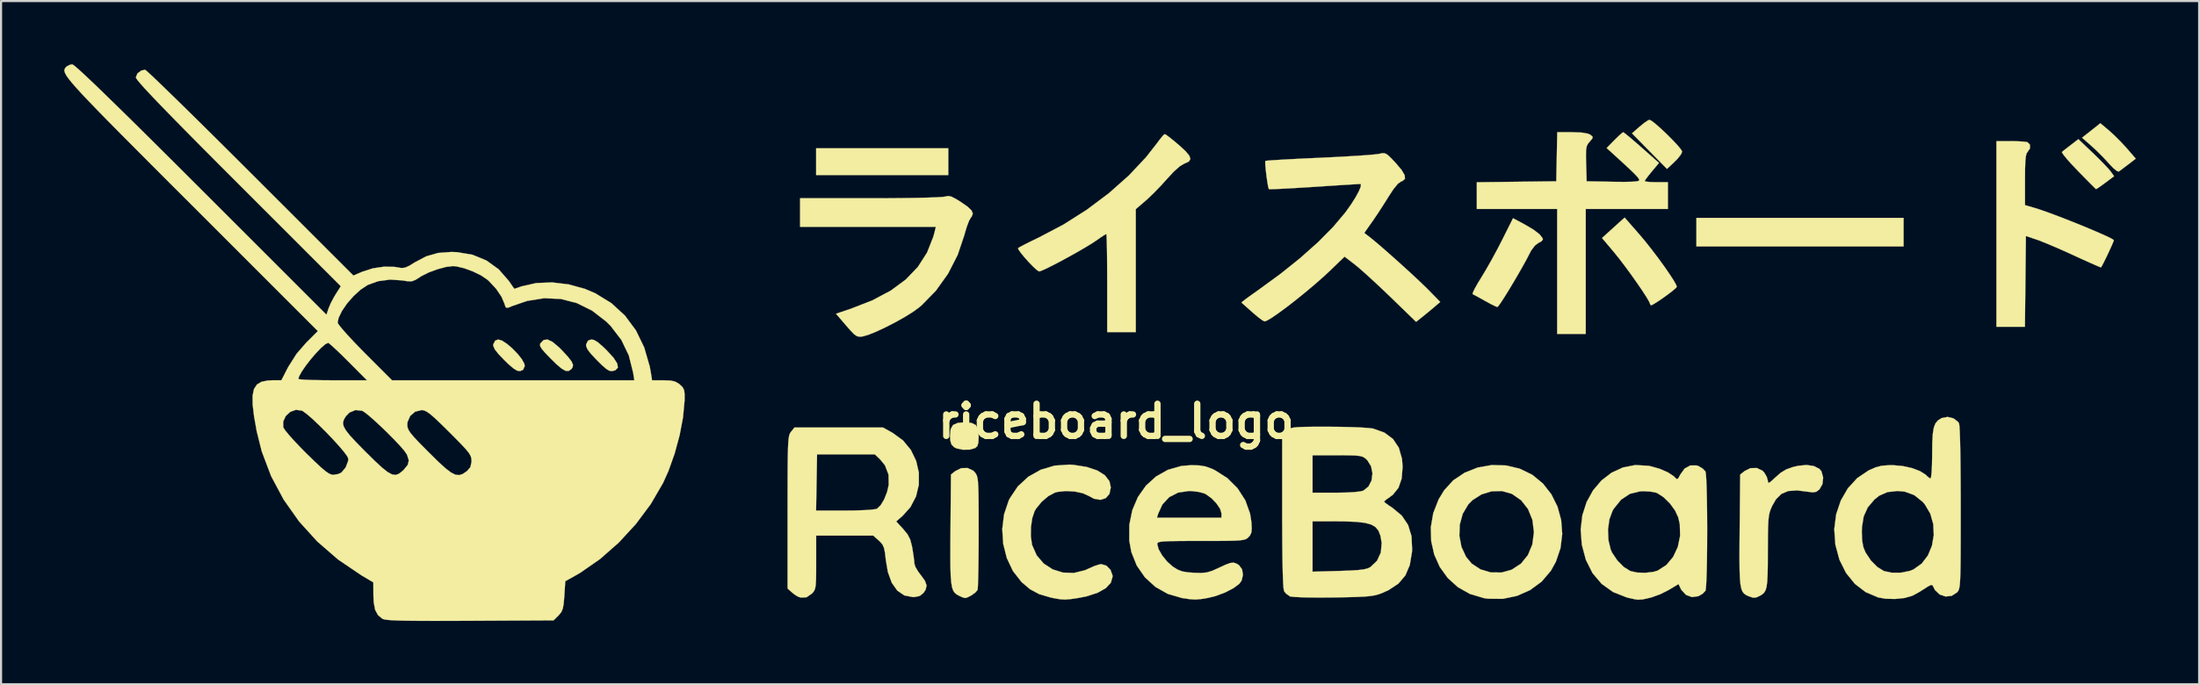
<source format=kicad_pcb>
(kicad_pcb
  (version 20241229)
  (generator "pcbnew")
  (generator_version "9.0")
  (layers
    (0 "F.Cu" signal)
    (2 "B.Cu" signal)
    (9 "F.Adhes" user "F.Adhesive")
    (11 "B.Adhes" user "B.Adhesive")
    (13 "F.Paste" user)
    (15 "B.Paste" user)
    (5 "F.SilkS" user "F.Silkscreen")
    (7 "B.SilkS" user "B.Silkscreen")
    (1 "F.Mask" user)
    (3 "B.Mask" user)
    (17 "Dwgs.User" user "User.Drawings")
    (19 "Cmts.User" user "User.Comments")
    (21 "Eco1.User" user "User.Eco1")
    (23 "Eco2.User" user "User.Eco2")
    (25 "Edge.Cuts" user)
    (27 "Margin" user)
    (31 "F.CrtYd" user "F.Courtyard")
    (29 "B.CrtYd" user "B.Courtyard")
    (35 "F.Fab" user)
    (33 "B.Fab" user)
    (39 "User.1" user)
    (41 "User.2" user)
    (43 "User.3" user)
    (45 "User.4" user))
  (footprint "riceboard_logo"
    (layer "F.Cu")
    (at 49.874 16.938)
    (property "Reference" "riceboard_logo" (at 0 0 0) (layer "F.SilkS") (effects (font (size 1.524 1.524) (thickness 0.3))))
    (attr through_hole)
    (fp_poly (pts (xy -7.959 -11.684) (xy -14.224 -11.684) (xy -14.224 -12.954) (xy -7.959 -12.954) (xy -7.959 -11.684)) (stroke (width 0.01) (type solid)) (fill yes) (layer "F.SilkS"))
    (fp_poly (pts (xy 37.338 -8.297) (xy 27.517 -8.297) (xy 27.517 -9.652) (xy 37.338 -9.652) (xy 37.338 -8.297)) (stroke (width 0.01) (type solid)) (fill yes) (layer "F.SilkS"))
    (fp_poly (pts (xy -6.862 0.073) (xy -6.653 0.176) (xy -6.548 0.386) (xy -6.519 0.727) (xy -6.533 1.012) (xy -6.583 1.176) (xy -6.683 1.267) (xy -6.947 1.341) (xy -7.27 1.345) (xy -7.567 1.283) (xy -7.686 1.223) (xy -7.807 1.099) (xy -7.863 0.913) (xy -7.874 0.683) (xy -7.844 0.365) (xy -7.733 0.172) (xy -7.514 0.075) (xy -7.204 0.048) (xy -6.862 0.073)) (stroke (width 0.01) (type solid)) (fill yes) (layer "F.SilkS"))
    (fp_poly (pts (xy -29.13 -3.835) (xy -28.896 -3.685) (xy -28.637 -3.465) (xy -28.388 -3.21) (xy -28.185 -2.955) (xy -28.062 -2.735) (xy -28.043 -2.625) (xy -28.121 -2.444) (xy -28.265 -2.385) (xy -28.4 -2.404) (xy -28.576 -2.509) (xy -28.817 -2.716) (xy -29.012 -2.907) (xy -29.294 -3.202) (xy -29.461 -3.415) (xy -29.531 -3.573) (xy -29.534 -3.655) (xy -29.442 -3.829) (xy -29.304 -3.881) (xy -29.13 -3.835)) (stroke (width 0.01) (type solid)) (fill yes) (layer "F.SilkS"))
    (fp_poly (pts (xy 25.399 -14.249) (xy 25.593 -14.097) (xy 25.841 -13.878) (xy 26.112 -13.621) (xy 26.378 -13.355) (xy 26.608 -13.11) (xy 26.771 -12.915) (xy 26.839 -12.798) (xy 26.839 -12.793) (xy 26.781 -12.661) (xy 26.63 -12.467) (xy 26.48 -12.313) (xy 26.12 -11.976) (xy 25.29 -12.819) (xy 24.461 -13.662) (xy 24.825 -13.982) (xy 25.04 -14.157) (xy 25.215 -14.275) (xy 25.289 -14.305) (xy 25.399 -14.249)) (stroke (width 0.01) (type solid)) (fill yes) (layer "F.SilkS"))
    (fp_poly (pts (xy 47.078 -13.798) (xy 47.349 -13.551) (xy 47.657 -13.242) (xy 47.917 -12.959) (xy 48.347 -12.462) (xy 47.986 -12.184) (xy 47.767 -12.018) (xy 47.598 -11.891) (xy 47.54 -11.85) (xy 47.447 -11.881) (xy 47.283 -12.015) (xy 47.084 -12.223) (xy 47.082 -12.226) (xy 46.807 -12.524) (xy 46.483 -12.846) (xy 46.255 -13.057) (xy 45.802 -13.456) (xy 46.235 -13.798) (xy 46.668 -14.141) (xy 47.078 -13.798)) (stroke (width 0.01) (type solid)) (fill yes) (layer "F.SilkS"))
    (fp_poly (pts (xy -26.72 -3.765) (xy -26.418 -3.511) (xy -26.264 -3.356) (xy -25.983 -3.051) (xy -25.817 -2.833) (xy -25.752 -2.675) (xy -25.778 -2.551) (xy -25.84 -2.472) (xy -25.962 -2.391) (xy -26.104 -2.396) (xy -26.288 -2.499) (xy -26.539 -2.711) (xy -26.798 -2.964) (xy -27.071 -3.247) (xy -27.236 -3.441) (xy -27.312 -3.572) (xy -27.314 -3.667) (xy -27.295 -3.705) (xy -27.145 -3.858) (xy -26.958 -3.88) (xy -26.72 -3.765)) (stroke (width 0.01) (type solid)) (fill yes) (layer "F.SilkS"))
    (fp_poly (pts (xy -24.765 -3.863) (xy -24.591 -3.763) (xy -24.354 -3.561) (xy -24.161 -3.375) (xy -23.835 -3.02) (xy -23.657 -2.745) (xy -23.626 -2.548) (xy -23.741 -2.428) (xy -23.756 -2.422) (xy -23.897 -2.383) (xy -24.027 -2.4) (xy -24.179 -2.489) (xy -24.385 -2.67) (xy -24.627 -2.91) (xy -24.901 -3.2) (xy -25.063 -3.411) (xy -25.13 -3.568) (xy -25.132 -3.65) (xy -25.042 -3.827) (xy -24.902 -3.881) (xy -24.765 -3.863)) (stroke (width 0.01) (type solid)) (fill yes) (layer "F.SilkS"))
    (fp_poly (pts (xy 46.316 -12.729) (xy 46.612 -12.44) (xy 46.876 -12.171) (xy 47.074 -11.957) (xy 47.162 -11.85) (xy 47.319 -11.629) (xy 46.903 -11.318) (xy 46.681 -11.156) (xy 46.522 -11.048) (xy 46.463 -11.017) (xy 46.399 -11.078) (xy 46.238 -11.238) (xy 46.003 -11.475) (xy 45.716 -11.767) (xy 45.61 -11.876) (xy 45.316 -12.184) (xy 45.078 -12.451) (xy 44.915 -12.653) (xy 44.846 -12.767) (xy 44.848 -12.782) (xy 44.95 -12.863) (xy 45.136 -13.008) (xy 45.272 -13.113) (xy 45.628 -13.386) (xy 46.316 -12.729)) (stroke (width 0.01) (type solid)) (fill yes) (layer "F.SilkS"))
    (fp_poly (pts (xy 24.804 -8.876) (xy 25.085 -8.542) (xy 25.386 -8.162) (xy 25.69 -7.762) (xy 25.976 -7.369) (xy 26.227 -7.007) (xy 26.425 -6.704) (xy 26.55 -6.484) (xy 26.586 -6.384) (xy 26.521 -6.307) (xy 26.353 -6.166) (xy 26.122 -5.991) (xy 25.867 -5.809) (xy 25.628 -5.648) (xy 25.443 -5.537) (xy 25.359 -5.503) (xy 25.316 -5.567) (xy 25.315 -5.577) (xy 25.267 -5.692) (xy 25.135 -5.915) (xy 24.938 -6.218) (xy 24.694 -6.574) (xy 24.424 -6.956) (xy 24.145 -7.337) (xy 23.877 -7.689) (xy 23.639 -7.986) (xy 23.619 -8.011) (xy 23.04 -8.698) (xy 23.31 -8.943) (xy 23.561 -9.17) (xy 23.818 -9.402) (xy 23.846 -9.428) (xy 24.112 -9.667) (xy 24.804 -8.876)) (stroke (width 0.01) (type solid)) (fill yes) (layer "F.SilkS"))
    (fp_poly (pts (xy 19.38 -9.336) (xy 19.794 -9.091) (xy 20.079 -8.872) (xy 20.221 -8.688) (xy 20.235 -8.625) (xy 20.165 -8.54) (xy 20.027 -8.468) (xy 19.857 -8.34) (xy 19.686 -8.113) (xy 19.638 -8.026) (xy 19.475 -7.711) (xy 19.271 -7.34) (xy 19.042 -6.94) (xy 18.806 -6.538) (xy 18.578 -6.161) (xy 18.375 -5.836) (xy 18.212 -5.589) (xy 18.106 -5.448) (xy 18.076 -5.425) (xy 17.965 -5.467) (xy 17.753 -5.572) (xy 17.486 -5.718) (xy 17.484 -5.719) (xy 17.219 -5.868) (xy 17.011 -5.981) (xy 16.904 -6.034) (xy 16.904 -6.034) (xy 16.917 -6.111) (xy 17.007 -6.299) (xy 17.158 -6.568) (xy 17.312 -6.818) (xy 17.545 -7.206) (xy 17.816 -7.683) (xy 18.088 -8.186) (xy 18.305 -8.607) (xy 18.82 -9.636) (xy 19.38 -9.336)) (stroke (width 0.01) (type solid)) (fill yes) (layer "F.SilkS"))
    (fp_poly (pts (xy -6.776 2.34) (xy -6.695 2.424) (xy -6.645 2.494) (xy -6.606 2.574) (xy -6.576 2.686) (xy -6.554 2.847) (xy -6.538 3.077) (xy -6.528 3.396) (xy -6.523 3.822) (xy -6.52 4.375) (xy -6.519 5.074) (xy -6.519 5.254) (xy -6.521 5.907) (xy -6.526 6.509) (xy -6.533 7.038) (xy -6.543 7.472) (xy -6.554 7.79) (xy -6.566 7.969) (xy -6.572 7.997) (xy -6.68 8.124) (xy -6.872 8.261) (xy -7.072 8.36) (xy -7.171 8.381) (xy -7.29 8.345) (xy -7.449 8.273) (xy -7.564 8.209) (xy -7.656 8.131) (xy -7.727 8.024) (xy -7.781 7.867) (xy -7.818 7.644) (xy -7.843 7.337) (xy -7.856 6.927) (xy -7.86 6.398) (xy -7.858 5.73) (xy -7.853 5.136) (xy -7.832 2.525) (xy -7.632 2.363) (xy -7.344 2.22) (xy -7.042 2.214) (xy -6.776 2.34)) (stroke (width 0.01) (type solid)) (fill yes) (layer "F.SilkS"))
    (fp_poly (pts (xy 42.747 -13.286) (xy 43.026 -13.27) (xy 43.199 -13.246) (xy 43.215 -13.241) (xy 43.33 -13.124) (xy 43.331 -12.948) (xy 43.222 -12.785) (xy 43.17 -12.709) (xy 43.134 -12.567) (xy 43.111 -12.334) (xy 43.099 -11.982) (xy 43.095 -11.488) (xy 43.095 -11.468) (xy 43.095 -10.257) (xy 43.571 -10.119) (xy 43.874 -10.021) (xy 44.268 -9.881) (xy 44.724 -9.71) (xy 45.215 -9.519) (xy 45.712 -9.32) (xy 46.187 -9.123) (xy 46.613 -8.941) (xy 46.961 -8.785) (xy 47.204 -8.666) (xy 47.309 -8.599) (xy 47.285 -8.52) (xy 47.205 -8.333) (xy 47.091 -8.082) (xy 46.962 -7.809) (xy 46.84 -7.559) (xy 46.743 -7.374) (xy 46.699 -7.304) (xy 46.621 -7.331) (xy 46.415 -7.419) (xy 46.107 -7.555) (xy 45.723 -7.729) (xy 45.418 -7.869) (xy 44.947 -8.083) (xy 44.487 -8.284) (xy 44.077 -8.457) (xy 43.759 -8.583) (xy 43.646 -8.623) (xy 43.138 -8.793) (xy 43.115 -6.64) (xy 43.092 -4.487) (xy 41.741 -4.487) (xy 41.741 -13.293) (xy 42.411 -13.293) (xy 42.747 -13.286)) (stroke (width 0.01) (type solid)) (fill yes) (layer "F.SilkS"))
    (fp_poly (pts (xy -7.808 -10.659) (xy -7.594 -10.549) (xy -7.37 -10.41) (xy -7.043 -10.183) (xy -6.857 -10.005) (xy -6.796 -9.857) (xy -6.848 -9.715) (xy -6.89 -9.664) (xy -6.975 -9.512) (xy -7.076 -9.247) (xy -7.176 -8.919) (xy -7.196 -8.841) (xy -7.514 -7.896) (xy -7.97 -7.005) (xy -8.546 -6.199) (xy -9.222 -5.507) (xy -9.358 -5.393) (xy -9.654 -5.18) (xy -10.042 -4.94) (xy -10.483 -4.694) (xy -10.939 -4.46) (xy -11.371 -4.258) (xy -11.741 -4.108) (xy -12.01 -4.03) (xy -12.023 -4.028) (xy -12.173 -4.015) (xy -12.297 -4.044) (xy -12.43 -4.138) (xy -12.607 -4.322) (xy -12.801 -4.544) (xy -13.282 -5.105) (xy -12.57 -5.345) (xy -11.551 -5.743) (xy -10.687 -6.203) (xy -9.971 -6.73) (xy -9.399 -7.329) (xy -8.966 -8.004) (xy -8.667 -8.76) (xy -8.604 -8.996) (xy -8.548 -9.229) (xy -14.986 -9.229) (xy -14.986 -10.583) (xy -11.647 -10.583) (xy -10.868 -10.585) (xy -10.149 -10.591) (xy -9.51 -10.6) (xy -8.968 -10.612) (xy -8.541 -10.627) (xy -8.246 -10.644) (xy -8.102 -10.662) (xy -8.097 -10.664) (xy -7.961 -10.692) (xy -7.808 -10.659)) (stroke (width 0.01) (type solid)) (fill yes) (layer "F.SilkS"))
    (fp_poly (pts (xy 22.078 -13.699) (xy 22.377 -13.646) (xy 22.484 -13.596) (xy 22.589 -13.507) (xy 22.587 -13.425) (xy 22.474 -13.291) (xy 22.455 -13.269) (xy 22.366 -13.161) (xy 22.311 -13.041) (xy 22.283 -12.868) (xy 22.277 -12.604) (xy 22.285 -12.225) (xy 22.31 -11.388) (xy 23.558 -11.364) (xy 24.101 -11.359) (xy 24.484 -11.367) (xy 24.716 -11.39) (xy 24.806 -11.427) (xy 24.807 -11.434) (xy 24.789 -11.497) (xy 24.723 -11.59) (xy 24.592 -11.731) (xy 24.38 -11.938) (xy 24.068 -12.228) (xy 23.8 -12.473) (xy 23.26 -12.966) (xy 23.628 -13.341) (xy 23.828 -13.537) (xy 23.98 -13.673) (xy 24.045 -13.716) (xy 24.123 -13.663) (xy 24.302 -13.518) (xy 24.557 -13.302) (xy 24.862 -13.037) (xy 24.917 -12.988) (xy 25.74 -12.26) (xy 25.401 -11.854) (xy 25.224 -11.635) (xy 25.101 -11.468) (xy 25.061 -11.397) (xy 25.139 -11.371) (xy 25.341 -11.352) (xy 25.612 -11.345) (xy 26.162 -11.345) (xy 26.162 -10.075) (xy 22.267 -10.075) (xy 22.267 -4.149) (xy 20.913 -4.149) (xy 20.913 -10.075) (xy 17.103 -10.075) (xy 17.103 -11.342) (xy 18.986 -11.365) (xy 20.87 -11.388) (xy 20.894 -12.552) (xy 20.917 -13.716) (xy 21.619 -13.716) (xy 22.078 -13.699)) (stroke (width 0.01) (type solid)) (fill yes) (layer "F.SilkS"))
    (fp_poly (pts (xy 18.488 2.092) (xy 19.135 2.244) (xy 19.734 2.536) (xy 20.237 2.949) (xy 20.637 3.46) (xy 20.928 4.046) (xy 21.102 4.682) (xy 21.152 5.346) (xy 21.07 6.014) (xy 20.85 6.663) (xy 20.612 7.09) (xy 20.175 7.603) (xy 19.631 8.003) (xy 19.006 8.279) (xy 18.329 8.42) (xy 17.627 8.413) (xy 17.441 8.386) (xy 16.777 8.188) (xy 16.201 7.863) (xy 15.723 7.43) (xy 15.348 6.909) (xy 15.084 6.32) (xy 14.94 5.685) (xy 14.933 5.431) (xy 16.274 5.431) (xy 16.374 5.955) (xy 16.591 6.425) (xy 16.859 6.748) (xy 17.277 7.023) (xy 17.765 7.167) (xy 18.277 7.172) (xy 18.76 7.036) (xy 19.197 6.749) (xy 19.526 6.343) (xy 19.735 5.842) (xy 19.811 5.267) (xy 19.811 5.249) (xy 19.739 4.672) (xy 19.532 4.162) (xy 19.206 3.745) (xy 18.774 3.445) (xy 18.76 3.438) (xy 18.295 3.306) (xy 17.801 3.318) (xy 17.322 3.466) (xy 16.897 3.738) (xy 16.699 3.939) (xy 16.435 4.383) (xy 16.294 4.894) (xy 16.274 5.431) (xy 14.933 5.431) (xy 14.922 5.022) (xy 15.037 4.353) (xy 15.294 3.697) (xy 15.554 3.27) (xy 15.986 2.798) (xy 16.525 2.436) (xy 17.141 2.192) (xy 17.805 2.074) (xy 18.488 2.092)) (stroke (width 0.01) (type solid)) (fill yes) (layer "F.SilkS"))
    (fp_poly (pts (xy 2.392 -13.577) (xy 2.574 -13.44) (xy 2.82 -13.239) (xy 2.966 -13.115) (xy 3.287 -12.822) (xy 3.47 -12.603) (xy 3.522 -12.444) (xy 3.446 -12.326) (xy 3.249 -12.234) (xy 3.239 -12.231) (xy 3.023 -12.105) (xy 2.739 -11.853) (xy 2.421 -11.511) (xy 2.118 -11.176) (xy 1.788 -10.835) (xy 1.488 -10.547) (xy 1.404 -10.473) (xy 0.931 -10.066) (xy 0.931 -4.233) (xy -0.423 -4.233) (xy -0.423 -6.562) (xy -0.425 -7.17) (xy -0.429 -7.719) (xy -0.435 -8.187) (xy -0.444 -8.552) (xy -0.453 -8.794) (xy -0.464 -8.889) (xy -0.465 -8.89) (xy -0.551 -8.844) (xy -0.731 -8.727) (xy -0.912 -8.599) (xy -1.152 -8.44) (xy -1.478 -8.242) (xy -1.86 -8.02) (xy -2.27 -7.792) (xy -2.675 -7.572) (xy -3.048 -7.379) (xy -3.356 -7.227) (xy -3.571 -7.134) (xy -3.651 -7.112) (xy -3.752 -7.172) (xy -3.923 -7.328) (xy -4.131 -7.541) (xy -4.341 -7.775) (xy -4.519 -7.992) (xy -4.631 -8.154) (xy -4.652 -8.212) (xy -4.579 -8.262) (xy -4.38 -8.369) (xy -4.086 -8.517) (xy -3.725 -8.692) (xy -3.665 -8.721) (xy -2.502 -9.333) (xy -1.386 -10.041) (xy -0.343 -10.824) (xy 0.601 -11.661) (xy 1.42 -12.532) (xy 1.912 -13.16) (xy 2.088 -13.395) (xy 2.229 -13.563) (xy 2.305 -13.627) (xy 2.392 -13.577)) (stroke (width 0.01) (type solid)) (fill yes) (layer "F.SilkS"))
    (fp_poly (pts (xy 33.088 2.122) (xy 33.348 2.255) (xy 33.444 2.372) (xy 33.525 2.668) (xy 33.49 2.978) (xy 33.35 3.226) (xy 33.349 3.227) (xy 33.201 3.34) (xy 33.031 3.369) (xy 32.82 3.342) (xy 32.282 3.275) (xy 31.864 3.306) (xy 31.541 3.443) (xy 31.287 3.697) (xy 31.104 4.018) (xy 31.036 4.172) (xy 30.986 4.321) (xy 30.95 4.494) (xy 30.927 4.717) (xy 30.913 5.018) (xy 30.905 5.424) (xy 30.902 5.963) (xy 30.901 6.181) (xy 30.899 6.796) (xy 30.89 7.265) (xy 30.872 7.611) (xy 30.84 7.856) (xy 30.789 8.024) (xy 30.715 8.139) (xy 30.614 8.222) (xy 30.507 8.284) (xy 30.33 8.362) (xy 30.181 8.36) (xy 29.998 8.297) (xy 29.876 8.242) (xy 29.778 8.174) (xy 29.701 8.077) (xy 29.644 7.932) (xy 29.603 7.721) (xy 29.577 7.427) (xy 29.563 7.032) (xy 29.558 6.519) (xy 29.56 5.87) (xy 29.566 5.167) (xy 29.591 2.525) (xy 29.791 2.363) (xy 30.078 2.22) (xy 30.381 2.214) (xy 30.646 2.34) (xy 30.728 2.424) (xy 30.851 2.632) (xy 30.903 2.821) (xy 30.903 2.823) (xy 30.917 2.911) (xy 30.978 2.906) (xy 31.113 2.796) (xy 31.221 2.694) (xy 31.508 2.442) (xy 31.771 2.281) (xy 32.083 2.17) (xy 32.335 2.11) (xy 32.737 2.07) (xy 33.088 2.122)) (stroke (width 0.01) (type solid)) (fill yes) (layer "F.SilkS"))
    (fp_poly (pts (xy -2.023 2.064) (xy -1.397 2.163) (xy -0.897 2.329) (xy -0.534 2.557) (xy -0.317 2.841) (xy -0.254 3.135) (xy -0.318 3.444) (xy -0.492 3.643) (xy -0.746 3.723) (xy -1.049 3.672) (xy -1.296 3.538) (xy -1.58 3.409) (xy -1.963 3.329) (xy -2.38 3.305) (xy -2.766 3.344) (xy -2.898 3.379) (xy -3.217 3.548) (xy -3.537 3.822) (xy -3.8 4.146) (xy -3.868 4.263) (xy -3.978 4.591) (xy -4.039 5.011) (xy -4.045 5.451) (xy -3.991 5.841) (xy -3.982 5.873) (xy -3.766 6.36) (xy -3.432 6.747) (xy -3.009 7.022) (xy -2.525 7.174) (xy -2.006 7.192) (xy -1.481 7.064) (xy -1.306 6.985) (xy -1.036 6.865) (xy -0.798 6.789) (xy -0.699 6.774) (xy -0.458 6.849) (xy -0.268 7.043) (xy -0.173 7.305) (xy -0.169 7.366) (xy -0.251 7.655) (xy -0.488 7.911) (xy -0.87 8.127) (xy -1.383 8.296) (xy -1.779 8.376) (xy -2.146 8.431) (xy -2.417 8.453) (xy -2.66 8.439) (xy -2.945 8.39) (xy -3.133 8.349) (xy -3.655 8.194) (xy -4.081 7.966) (xy -4.48 7.628) (xy -4.489 7.618) (xy -4.894 7.099) (xy -5.184 6.485) (xy -5.354 5.81) (xy -5.399 5.109) (xy -5.314 4.414) (xy -5.095 3.761) (xy -5.045 3.658) (xy -4.662 3.086) (xy -4.165 2.628) (xy -3.576 2.296) (xy -2.916 2.1) (xy -2.205 2.052) (xy -2.023 2.064)) (stroke (width 0.01) (type solid)) (fill yes) (layer "F.SilkS"))
    (fp_poly (pts (xy -10.594 0.549) (xy -10.104 0.907) (xy -9.732 1.359) (xy -9.482 1.878) (xy -9.355 2.435) (xy -9.356 3.004) (xy -9.488 3.558) (xy -9.754 4.069) (xy -10.12 4.478) (xy -10.429 4.749) (xy -10.094 5.112) (xy -9.889 5.363) (xy -9.763 5.611) (xy -9.68 5.932) (xy -9.663 6.025) (xy -9.613 6.339) (xy -9.578 6.606) (xy -9.567 6.751) (xy -9.515 6.913) (xy -9.381 7.137) (xy -9.271 7.281) (xy -9.065 7.564) (xy -8.988 7.786) (xy -9.033 7.987) (xy -9.135 8.138) (xy -9.31 8.282) (xy -9.56 8.334) (xy -9.639 8.336) (xy -10.041 8.258) (xy -10.376 8.03) (xy -10.638 7.658) (xy -10.823 7.15) (xy -10.919 6.587) (xy -10.96 6.233) (xy -11.008 6) (xy -11.08 5.841) (xy -11.194 5.71) (xy -11.253 5.655) (xy -11.517 5.419) (xy -14.224 5.419) (xy -14.224 6.693) (xy -14.225 7.183) (xy -14.231 7.534) (xy -14.246 7.774) (xy -14.274 7.934) (xy -14.32 8.042) (xy -14.387 8.128) (xy -14.432 8.174) (xy -14.679 8.345) (xy -14.946 8.359) (xy -15.071 8.322) (xy -15.224 8.233) (xy -15.388 8.102) (xy -15.579 7.929) (xy -15.579 4.313) (xy -15.579 4.233) (xy -14.228 4.233) (xy -12.866 4.233) (xy -12.368 4.228) (xy -11.936 4.213) (xy -11.599 4.19) (xy -11.388 4.161) (xy -11.34 4.146) (xy -11.167 3.981) (xy -10.999 3.701) (xy -10.862 3.357) (xy -10.783 3.017) (xy -10.792 2.526) (xy -10.957 2.094) (xy -11.183 1.813) (xy -11.441 1.566) (xy -14.182 1.566) (xy -14.228 4.233) (xy -15.579 4.233) (xy -15.578 3.433) (xy -15.577 2.708) (xy -15.574 2.12) (xy -15.568 1.654) (xy -15.559 1.294) (xy -15.547 1.025) (xy -15.53 0.83) (xy -15.508 0.694) (xy -15.48 0.601) (xy -15.446 0.536) (xy -15.417 0.496) (xy -15.255 0.296) (xy -11.049 0.296) (xy -10.594 0.549)) (stroke (width 0.01) (type solid)) (fill yes) (layer "F.SilkS"))
    (fp_poly (pts (xy 25.241 2.109) (xy 25.32 2.124) (xy 25.77 2.25) (xy 26.158 2.417) (xy 26.437 2.602) (xy 26.501 2.667) (xy 26.585 2.743) (xy 26.654 2.706) (xy 26.747 2.533) (xy 26.75 2.526) (xy 26.956 2.24) (xy 27.226 2.091) (xy 27.527 2.092) (xy 27.611 2.121) (xy 27.815 2.241) (xy 27.943 2.377) (xy 27.965 2.501) (xy 27.984 2.776) (xy 28 3.184) (xy 28.012 3.707) (xy 28.021 4.327) (xy 28.025 5.025) (xy 28.025 5.207) (xy 28.022 5.922) (xy 28.015 6.562) (xy 28.003 7.111) (xy 27.988 7.549) (xy 27.97 7.859) (xy 27.949 8.022) (xy 27.943 8.037) (xy 27.809 8.177) (xy 27.611 8.293) (xy 27.306 8.337) (xy 27.022 8.232) (xy 26.804 7.998) (xy 26.775 7.944) (xy 26.667 7.719) (xy 26.196 8.002) (xy 25.806 8.198) (xy 25.378 8.353) (xy 24.977 8.445) (xy 24.74 8.461) (xy 24.573 8.436) (xy 24.323 8.38) (xy 24.209 8.351) (xy 23.562 8.096) (xy 23.021 7.709) (xy 22.589 7.199) (xy 22.274 6.57) (xy 22.081 5.845) (xy 22.028 5.136) (xy 23.322 5.136) (xy 23.343 5.637) (xy 23.451 6.084) (xy 23.513 6.223) (xy 23.765 6.6) (xy 24.072 6.91) (xy 24.384 7.102) (xy 24.702 7.173) (xy 25.092 7.186) (xy 25.47 7.142) (xy 25.678 7.08) (xy 26.089 6.816) (xy 26.411 6.432) (xy 26.633 5.96) (xy 26.742 5.432) (xy 26.727 4.878) (xy 26.655 4.556) (xy 26.5 4.224) (xy 26.254 3.889) (xy 25.961 3.601) (xy 25.667 3.409) (xy 25.6 3.383) (xy 25.333 3.331) (xy 25.001 3.314) (xy 24.839 3.321) (xy 24.357 3.44) (xy 23.943 3.715) (xy 23.596 4.144) (xy 23.539 4.241) (xy 23.388 4.648) (xy 23.322 5.136) (xy 22.028 5.136) (xy 22.028 5.131) (xy 22.108 4.453) (xy 22.309 3.829) (xy 22.615 3.274) (xy 23.012 2.806) (xy 23.488 2.439) (xy 24.027 2.189) (xy 24.616 2.074) (xy 25.241 2.109)) (stroke (width 0.01) (type solid)) (fill yes) (layer "F.SilkS"))
    (fp_poly (pts (xy 3.941 2.091) (xy 4.237 2.139) (xy 4.523 2.242) (xy 4.677 2.314) (xy 5.27 2.69) (xy 5.758 3.176) (xy 6.125 3.747) (xy 6.351 4.378) (xy 6.413 4.772) (xy 6.43 5.081) (xy 6.412 5.275) (xy 6.35 5.409) (xy 6.276 5.493) (xy 6.214 5.549) (xy 6.138 5.592) (xy 6.028 5.623) (xy 5.861 5.646) (xy 5.617 5.66) (xy 5.274 5.668) (xy 4.81 5.672) (xy 4.204 5.673) (xy 4.022 5.673) (xy 3.375 5.673) (xy 2.878 5.677) (xy 2.511 5.684) (xy 2.255 5.696) (xy 2.091 5.715) (xy 1.998 5.742) (xy 1.957 5.778) (xy 1.949 5.821) (xy 2.014 6.066) (xy 2.181 6.359) (xy 2.417 6.651) (xy 2.685 6.889) (xy 2.694 6.895) (xy 2.921 7.037) (xy 3.143 7.121) (xy 3.423 7.165) (xy 3.688 7.183) (xy 4.041 7.193) (xy 4.304 7.167) (xy 4.552 7.091) (xy 4.862 6.952) (xy 5.195 6.798) (xy 5.42 6.717) (xy 5.581 6.704) (xy 5.719 6.754) (xy 5.823 6.82) (xy 5.97 7.016) (xy 6.013 7.281) (xy 5.95 7.55) (xy 5.845 7.702) (xy 5.562 7.914) (xy 5.169 8.117) (xy 4.725 8.284) (xy 4.363 8.374) (xy 4.02 8.431) (xy 3.756 8.452) (xy 3.49 8.436) (xy 3.143 8.384) (xy 3.122 8.381) (xy 2.452 8.186) (xy 1.86 7.852) (xy 1.363 7.397) (xy 0.978 6.84) (xy 0.722 6.201) (xy 0.623 5.656) (xy 0.626 4.907) (xy 0.694 4.572) (xy 1.936 4.572) (xy 4.995 4.572) (xy 4.995 4.363) (xy 4.929 4.147) (xy 4.757 3.893) (xy 4.522 3.648) (xy 4.263 3.46) (xy 4.174 3.416) (xy 3.924 3.349) (xy 3.604 3.309) (xy 3.453 3.303) (xy 2.941 3.379) (xy 2.516 3.596) (xy 2.193 3.944) (xy 1.993 4.381) (xy 1.936 4.572) (xy 0.694 4.572) (xy 0.768 4.212) (xy 1.034 3.588) (xy 1.413 3.051) (xy 1.891 2.616) (xy 2.454 2.299) (xy 3.09 2.118) (xy 3.556 2.079) (xy 3.941 2.091)) (stroke (width 0.01) (type solid)) (fill yes) (layer "F.SilkS"))
    (fp_poly (pts (xy 12.752 -12.712) (xy 12.878 -12.639) (xy 13.046 -12.48) (xy 13.25 -12.263) (xy 13.535 -11.926) (xy 13.682 -11.676) (xy 13.695 -11.504) (xy 13.576 -11.401) (xy 13.522 -11.385) (xy 13.361 -11.273) (xy 13.146 -11.011) (xy 12.927 -10.675) (xy 12.686 -10.291) (xy 12.42 -9.881) (xy 12.179 -9.524) (xy 12.145 -9.477) (xy 11.766 -8.938) (xy 12.043 -8.724) (xy 12.31 -8.506) (xy 12.666 -8.201) (xy 13.081 -7.836) (xy 13.522 -7.441) (xy 13.957 -7.045) (xy 14.352 -6.677) (xy 14.678 -6.365) (xy 14.817 -6.226) (xy 15.367 -5.664) (xy 15.071 -5.411) (xy 14.812 -5.195) (xy 14.549 -4.98) (xy 14.499 -4.94) (xy 14.224 -4.721) (xy 13.012 -5.896) (xy 12.603 -6.287) (xy 12.2 -6.663) (xy 11.831 -7) (xy 11.526 -7.269) (xy 11.316 -7.442) (xy 10.832 -7.814) (xy 10.179 -7.184) (xy 9.812 -6.843) (xy 9.398 -6.48) (xy 8.959 -6.112) (xy 8.518 -5.755) (xy 8.094 -5.426) (xy 7.712 -5.144) (xy 7.393 -4.924) (xy 7.159 -4.784) (xy 7.039 -4.741) (xy 6.934 -4.794) (xy 6.744 -4.935) (xy 6.505 -5.135) (xy 6.457 -5.178) (xy 6.222 -5.387) (xy 6.042 -5.547) (xy 5.949 -5.629) (xy 5.943 -5.634) (xy 5.998 -5.687) (xy 6.166 -5.816) (xy 6.421 -6.002) (xy 6.733 -6.222) (xy 7.781 -6.987) (xy 8.733 -7.75) (xy 9.574 -8.499) (xy 10.287 -9.219) (xy 10.858 -9.896) (xy 10.88 -9.925) (xy 11.136 -10.284) (xy 11.35 -10.621) (xy 11.508 -10.911) (xy 11.599 -11.128) (xy 11.607 -11.247) (xy 11.58 -11.261) (xy 11.468 -11.256) (xy 11.213 -11.241) (xy 10.836 -11.218) (xy 10.364 -11.188) (xy 9.819 -11.152) (xy 9.374 -11.123) (xy 8.796 -11.087) (xy 8.277 -11.056) (xy 7.839 -11.033) (xy 7.506 -11.018) (xy 7.3 -11.013) (xy 7.243 -11.017) (xy 7.212 -11.116) (xy 7.174 -11.33) (xy 7.134 -11.607) (xy 7.099 -11.898) (xy 7.075 -12.152) (xy 7.069 -12.317) (xy 7.075 -12.353) (xy 7.166 -12.366) (xy 7.406 -12.385) (xy 7.772 -12.408) (xy 8.244 -12.435) (xy 8.8 -12.463) (xy 9.419 -12.492) (xy 9.632 -12.501) (xy 10.284 -12.532) (xy 10.895 -12.565) (xy 11.441 -12.598) (xy 11.897 -12.629) (xy 12.238 -12.659) (xy 12.441 -12.683) (xy 12.467 -12.689) (xy 12.628 -12.722) (xy 12.752 -12.712)) (stroke (width 0.01) (type solid)) (fill yes) (layer "F.SilkS"))
    (fp_poly (pts (xy 39.71 -0.14) (xy 39.928 0.032) (xy 39.966 0.091) (xy 39.985 0.211) (xy 40.002 0.487) (xy 40.017 0.908) (xy 40.029 1.46) (xy 40.038 2.132) (xy 40.044 2.91) (xy 40.047 3.783) (xy 40.047 4.085) (xy 40.047 4.991) (xy 40.046 5.744) (xy 40.044 6.358) (xy 40.039 6.848) (xy 40.031 7.229) (xy 40.02 7.518) (xy 40.005 7.728) (xy 39.985 7.876) (xy 39.96 7.976) (xy 39.929 8.043) (xy 39.891 8.094) (xy 39.875 8.112) (xy 39.619 8.278) (xy 39.328 8.308) (xy 39.048 8.212) (xy 38.827 8.003) (xy 38.749 7.848) (xy 38.704 7.767) (xy 38.626 7.763) (xy 38.475 7.844) (xy 38.334 7.937) (xy 38.069 8.102) (xy 37.817 8.241) (xy 37.731 8.282) (xy 37.375 8.381) (xy 36.932 8.426) (xy 36.481 8.414) (xy 36.135 8.353) (xy 35.541 8.101) (xy 35.029 7.709) (xy 34.611 7.193) (xy 34.298 6.568) (xy 34.104 5.848) (xy 34.104 5.845) (xy 34.062 5.249) (xy 35.357 5.249) (xy 35.374 5.661) (xy 35.43 5.967) (xy 35.536 6.223) (xy 35.787 6.6) (xy 36.095 6.91) (xy 36.407 7.102) (xy 36.773 7.181) (xy 37.204 7.179) (xy 37.62 7.098) (xy 37.803 7.028) (xy 38.196 6.749) (xy 38.492 6.362) (xy 38.684 5.899) (xy 38.771 5.392) (xy 38.746 4.874) (xy 38.605 4.377) (xy 38.344 3.935) (xy 38.245 3.821) (xy 37.844 3.499) (xy 37.392 3.333) (xy 37.05 3.302) (xy 36.574 3.355) (xy 36.185 3.526) (xy 35.954 3.71) (xy 35.639 4.083) (xy 35.447 4.506) (xy 35.364 5.02) (xy 35.357 5.249) (xy 34.062 5.249) (xy 34.052 5.118) (xy 34.141 4.415) (xy 34.36 3.76) (xy 34.696 3.178) (xy 35.14 2.692) (xy 35.681 2.328) (xy 35.711 2.313) (xy 36.017 2.18) (xy 36.296 2.108) (xy 36.626 2.082) (xy 36.83 2.08) (xy 37.29 2.119) (xy 37.736 2.217) (xy 38.119 2.362) (xy 38.394 2.537) (xy 38.446 2.592) (xy 38.567 2.693) (xy 38.618 2.709) (xy 38.645 2.63) (xy 38.668 2.411) (xy 38.685 2.085) (xy 38.693 1.681) (xy 38.694 1.545) (xy 38.701 0.994) (xy 38.725 0.586) (xy 38.773 0.294) (xy 38.852 0.092) (xy 38.97 -0.047) (xy 39.133 -0.149) (xy 39.146 -0.156) (xy 39.426 -0.21) (xy 39.71 -0.14)) (stroke (width 0.01) (type solid)) (fill yes) (layer "F.SilkS"))
    (fp_poly (pts (xy 10.066 0.256) (xy 10.619 0.261) (xy 11.14 0.273) (xy 11.594 0.291) (xy 11.949 0.315) (xy 12.172 0.341) (xy 12.192 0.345) (xy 12.724 0.536) (xy 13.128 0.838) (xy 13.404 1.252) (xy 13.554 1.777) (xy 13.583 2.159) (xy 13.538 2.718) (xy 13.387 3.154) (xy 13.124 3.48) (xy 12.984 3.585) (xy 12.807 3.71) (xy 12.711 3.797) (xy 12.706 3.81) (xy 12.773 3.875) (xy 12.942 3.998) (xy 13.105 4.106) (xy 13.545 4.471) (xy 13.843 4.913) (xy 14.005 5.445) (xy 14.035 6.076) (xy 14.026 6.208) (xy 13.923 6.82) (xy 13.714 7.309) (xy 13.385 7.697) (xy 12.918 8.006) (xy 12.599 8.149) (xy 12.433 8.209) (xy 12.258 8.254) (xy 12.047 8.288) (xy 11.774 8.313) (xy 11.412 8.33) (xy 10.935 8.343) (xy 10.316 8.354) (xy 10.287 8.354) (xy 9.723 8.358) (xy 9.213 8.356) (xy 8.783 8.346) (xy 8.459 8.33) (xy 8.269 8.31) (xy 8.239 8.301) (xy 8.051 8.166) (xy 7.964 8.054) (xy 7.938 7.917) (xy 7.917 7.612) (xy 7.9 7.14) (xy 7.9 7.133) (xy 9.313 7.133) (xy 10.572 7.097) (xy 11.095 7.079) (xy 11.477 7.054) (xy 11.745 7.022) (xy 11.928 6.976) (xy 12.053 6.916) (xy 12.371 6.614) (xy 12.552 6.223) (xy 12.592 5.765) (xy 12.534 5.43) (xy 12.446 5.198) (xy 12.309 5.023) (xy 12.101 4.898) (xy 11.801 4.815) (xy 11.386 4.767) (xy 10.835 4.746) (xy 10.52 4.743) (xy 9.313 4.741) (xy 9.313 7.133) (xy 7.9 7.133) (xy 7.887 6.501) (xy 7.879 5.697) (xy 7.874 4.727) (xy 7.874 4.245) (xy 7.874 1.609) (xy 9.313 1.609) (xy 9.313 3.387) (xy 10.41 3.387) (xy 10.882 3.379) (xy 11.282 3.358) (xy 11.575 3.325) (xy 11.718 3.29) (xy 11.964 3.094) (xy 12.111 2.804) (xy 12.155 2.467) (xy 12.089 2.131) (xy 11.91 1.843) (xy 11.878 1.811) (xy 11.782 1.73) (xy 11.678 1.675) (xy 11.534 1.639) (xy 11.319 1.619) (xy 11.002 1.611) (xy 10.55 1.609) (xy 10.486 1.609) (xy 9.313 1.609) (xy 7.874 1.609) (xy 7.874 0.605) (xy 8.097 0.429) (xy 8.182 0.37) (xy 8.281 0.326) (xy 8.419 0.295) (xy 8.62 0.275) (xy 8.909 0.263) (xy 9.311 0.257) (xy 9.849 0.256) (xy 10.066 0.256)) (stroke (width 0.01) (type solid)) (fill yes) (layer "F.SilkS"))
    (fp_poly (pts (xy -49.4 -16.873) (xy -49.191 -16.693) (xy -48.864 -16.393) (xy -48.42 -15.972) (xy -47.86 -15.43) (xy -47.182 -14.768) (xy -46.386 -13.985) (xy -45.473 -13.08) (xy -44.442 -12.055) (xy -43.382 -10.996) (xy -37.443 -5.059) (xy -37.346 -5.353) (xy -37.241 -5.602) (xy -37.085 -5.898) (xy -37.006 -6.029) (xy -36.764 -6.411) (xy -41.623 -11.27) (xy -42.583 -12.231) (xy -43.426 -13.079) (xy -44.156 -13.817) (xy -44.778 -14.45) (xy -45.296 -14.983) (xy -45.715 -15.421) (xy -46.038 -15.766) (xy -46.27 -16.026) (xy -46.415 -16.202) (xy -46.478 -16.301) (xy -46.482 -16.316) (xy -46.407 -16.505) (xy -46.223 -16.641) (xy -46.045 -16.679) (xy -45.969 -16.621) (xy -45.783 -16.451) (xy -45.496 -16.179) (xy -45.117 -15.814) (xy -44.655 -15.365) (xy -44.119 -14.84) (xy -43.518 -14.248) (xy -42.861 -13.599) (xy -42.158 -12.901) (xy -41.417 -12.163) (xy -41.051 -11.798) (xy -36.166 -6.916) (xy -35.746 -7.097) (xy -35.241 -7.259) (xy -34.705 -7.338) (xy -34.21 -7.327) (xy -34.078 -7.304) (xy -33.882 -7.273) (xy -33.717 -7.291) (xy -33.528 -7.375) (xy -33.258 -7.54) (xy -33.253 -7.544) (xy -32.714 -7.828) (xy -32.156 -7.988) (xy -31.528 -8.035) (xy -31.255 -8.026) (xy -30.521 -7.903) (xy -29.858 -7.63) (xy -29.279 -7.214) (xy -28.798 -6.663) (xy -28.789 -6.65) (xy -28.537 -6.284) (xy -28.19 -6.403) (xy -27.5 -6.56) (xy -26.743 -6.59) (xy -25.959 -6.497) (xy -25.191 -6.285) (xy -24.693 -6.073) (xy -23.932 -5.605) (xy -23.291 -5.017) (xy -22.771 -4.316) (xy -22.378 -3.506) (xy -22.113 -2.592) (xy -22.055 -2.265) (xy -22.006 -1.947) (xy -21.464 -1.947) (xy -21.138 -1.936) (xy -20.92 -1.89) (xy -20.749 -1.795) (xy -20.685 -1.743) (xy -20.557 -1.619) (xy -20.488 -1.49) (xy -20.462 -1.304) (xy -20.464 -1.007) (xy -20.465 -0.97) (xy -20.538 -0.189) (xy -20.7 0.666) (xy -20.937 1.537) (xy -21.232 2.364) (xy -21.483 2.921) (xy -22.063 3.918) (xy -22.773 4.871) (xy -23.585 5.752) (xy -24.47 6.53) (xy -25.401 7.176) (xy -25.616 7.302) (xy -26.12 7.584) (xy -26.165 8.281) (xy -26.195 8.64) (xy -26.236 8.877) (xy -26.303 9.04) (xy -26.41 9.176) (xy -26.442 9.209) (xy -26.674 9.44) (xy -30.63 9.46) (xy -31.59 9.464) (xy -32.394 9.465) (xy -33.056 9.463) (xy -33.588 9.458) (xy -34.005 9.449) (xy -34.319 9.436) (xy -34.544 9.419) (xy -34.693 9.397) (xy -34.78 9.37) (xy -34.789 9.366) (xy -35.002 9.192) (xy -35.137 8.938) (xy -35.205 8.573) (xy -35.218 8.243) (xy -35.221 7.639) (xy -35.793 7.3) (xy -36.891 6.556) (xy -37.877 5.702) (xy -38.741 4.749) (xy -39.474 3.711) (xy -40.068 2.599) (xy -40.512 1.426) (xy -40.752 0.466) (xy -40.833 0.009) (xy -39.496 0.009) (xy -39.493 0.282) (xy -39.417 0.408) (xy -39.241 0.626) (xy -38.984 0.914) (xy -38.669 1.246) (xy -38.403 1.514) (xy -38.008 1.9) (xy -37.709 2.179) (xy -37.487 2.367) (xy -37.322 2.478) (xy -37.195 2.529) (xy -37.119 2.537) (xy -36.89 2.501) (xy -36.738 2.431) (xy -36.535 2.191) (xy -36.418 1.887) (xy -36.407 1.77) (xy -36.465 1.645) (xy -36.625 1.431) (xy -36.862 1.152) (xy -37.152 0.834) (xy -37.471 0.501) (xy -37.796 0.178) (xy -37.916 0.064) (xy -36.66 0.064) (xy -36.635 0.224) (xy -36.533 0.415) (xy -36.344 0.657) (xy -36.055 0.972) (xy -35.656 1.379) (xy -35.578 1.457) (xy -35.144 1.885) (xy -34.805 2.198) (xy -34.543 2.406) (xy -34.336 2.518) (xy -34.165 2.542) (xy -34.011 2.489) (xy -33.853 2.367) (xy -33.775 2.293) (xy -33.587 2.061) (xy -33.539 1.85) (xy -33.619 1.599) (xy -33.649 1.541) (xy -33.768 1.374) (xy -33.982 1.13) (xy -34.262 0.834) (xy -34.581 0.513) (xy -34.911 0.196) (xy -34.955 0.156) (xy -33.613 0.156) (xy -33.602 0.275) (xy -33.559 0.396) (xy -33.467 0.541) (xy -33.31 0.731) (xy -33.07 0.988) (xy -32.731 1.333) (xy -32.568 1.496) (xy -32.14 1.917) (xy -31.805 2.223) (xy -31.543 2.424) (xy -31.333 2.53) (xy -31.154 2.551) (xy -30.986 2.498) (xy -30.808 2.38) (xy -30.788 2.365) (xy -30.62 2.175) (xy -30.565 1.924) (xy -30.565 1.876) (xy -30.573 1.754) (xy -30.61 1.635) (xy -30.692 1.497) (xy -30.836 1.319) (xy -31.058 1.079) (xy -31.376 0.756) (xy -31.617 0.514) (xy -32.011 0.125) (xy -32.308 -0.157) (xy -32.529 -0.348) (xy -32.694 -0.464) (xy -32.823 -0.521) (xy -32.93 -0.536) (xy -33.237 -0.46) (xy -33.474 -0.257) (xy -33.601 0.033) (xy -33.613 0.156) (xy -34.955 0.156) (xy -35.224 -0.091) (xy -35.492 -0.322) (xy -35.688 -0.468) (xy -35.751 -0.502) (xy -36.066 -0.537) (xy -36.355 -0.417) (xy -36.525 -0.241) (xy -36.62 -0.084) (xy -36.66 0.064) (xy -37.916 0.064) (xy -38.101 -0.11) (xy -38.363 -0.338) (xy -38.559 -0.482) (xy -38.613 -0.51) (xy -38.895 -0.547) (xy -39.162 -0.45) (xy -39.375 -0.253) (xy -39.496 0.009) (xy -40.833 0.009) (xy -40.877 -0.237) (xy -40.943 -0.794) (xy -40.946 -1.221) (xy -40.881 -1.533) (xy -40.742 -1.746) (xy -40.526 -1.876) (xy -40.227 -1.937) (xy -39.98 -1.948) (xy -39.582 -1.948) (xy -39.549 -2.011) (xy -38.777 -2.011) (xy -38.696 -1.991) (xy -38.473 -1.974) (xy -38.132 -1.96) (xy -37.698 -1.951) (xy -37.199 -1.947) (xy -37.149 -1.947) (xy -35.521 -1.947) (xy -36.407 -2.836) (xy -36.722 -3.149) (xy -36.998 -3.413) (xy -37.211 -3.608) (xy -37.338 -3.713) (xy -37.361 -3.725) (xy -37.499 -3.66) (xy -37.701 -3.485) (xy -37.942 -3.234) (xy -38.194 -2.94) (xy -38.43 -2.635) (xy -38.623 -2.352) (xy -38.747 -2.123) (xy -38.777 -2.011) (xy -39.549 -2.011) (xy -39.261 -2.574) (xy -38.858 -3.209) (xy -38.396 -3.74) (xy -37.852 -4.282) (xy -38.252 -4.682) (xy -36.915 -4.682) (xy -36.857 -4.58) (xy -36.696 -4.379) (xy -36.448 -4.099) (xy -36.133 -3.761) (xy -35.766 -3.382) (xy -35.625 -3.239) (xy -34.334 -1.947) (xy -22.845 -1.947) (xy -22.901 -2.307) (xy -23.107 -3.127) (xy -23.46 -3.862) (xy -23.962 -4.518) (xy -24.179 -4.735) (xy -24.845 -5.25) (xy -25.565 -5.608) (xy -26.327 -5.806) (xy -27.119 -5.842) (xy -27.93 -5.714) (xy -28.63 -5.473) (xy -28.829 -5.392) (xy -28.927 -5.392) (xy -28.975 -5.484) (xy -28.993 -5.555) (xy -29.142 -5.909) (xy -29.402 -6.293) (xy -29.738 -6.653) (xy -29.814 -6.721) (xy -30.113 -6.923) (xy -30.502 -7.113) (xy -30.915 -7.265) (xy -31.289 -7.353) (xy -31.445 -7.366) (xy -31.775 -7.325) (xy -32.18 -7.217) (xy -32.59 -7.066) (xy -32.935 -6.893) (xy -32.997 -6.854) (xy -33.221 -6.712) (xy -33.392 -6.646) (xy -33.585 -6.644) (xy -33.858 -6.687) (xy -34.425 -6.725) (xy -34.993 -6.649) (xy -35.485 -6.472) (xy -35.822 -6.25) (xy -36.158 -5.945) (xy -36.464 -5.596) (xy -36.711 -5.237) (xy -36.87 -4.906) (xy -36.915 -4.682) (xy -38.252 -4.682) (xy -43.86 -10.29) (xy -44.859 -11.288) (xy -45.744 -12.174) (xy -46.522 -12.955) (xy -47.2 -13.637) (xy -47.784 -14.228) (xy -48.28 -14.735) (xy -48.695 -15.165) (xy -49.036 -15.525) (xy -49.308 -15.823) (xy -49.518 -16.065) (xy -49.673 -16.258) (xy -49.779 -16.41) (xy -49.842 -16.528) (xy -49.869 -16.619) (xy -49.867 -16.689) (xy -49.841 -16.747) (xy -49.798 -16.8) (xy -49.767 -16.832) (xy -49.601 -16.918) (xy -49.493 -16.933) (xy -49.4 -16.873)) (stroke (width 0.01) (type solid)) (fill yes) (layer "F.SilkS")))
  (gr_rect
    (start -3 -3)
    (end 101.227 29.408)
    (stroke (width 0.1) (type default))
    (fill no)
    (layer "Edge.Cuts")))
</source>
